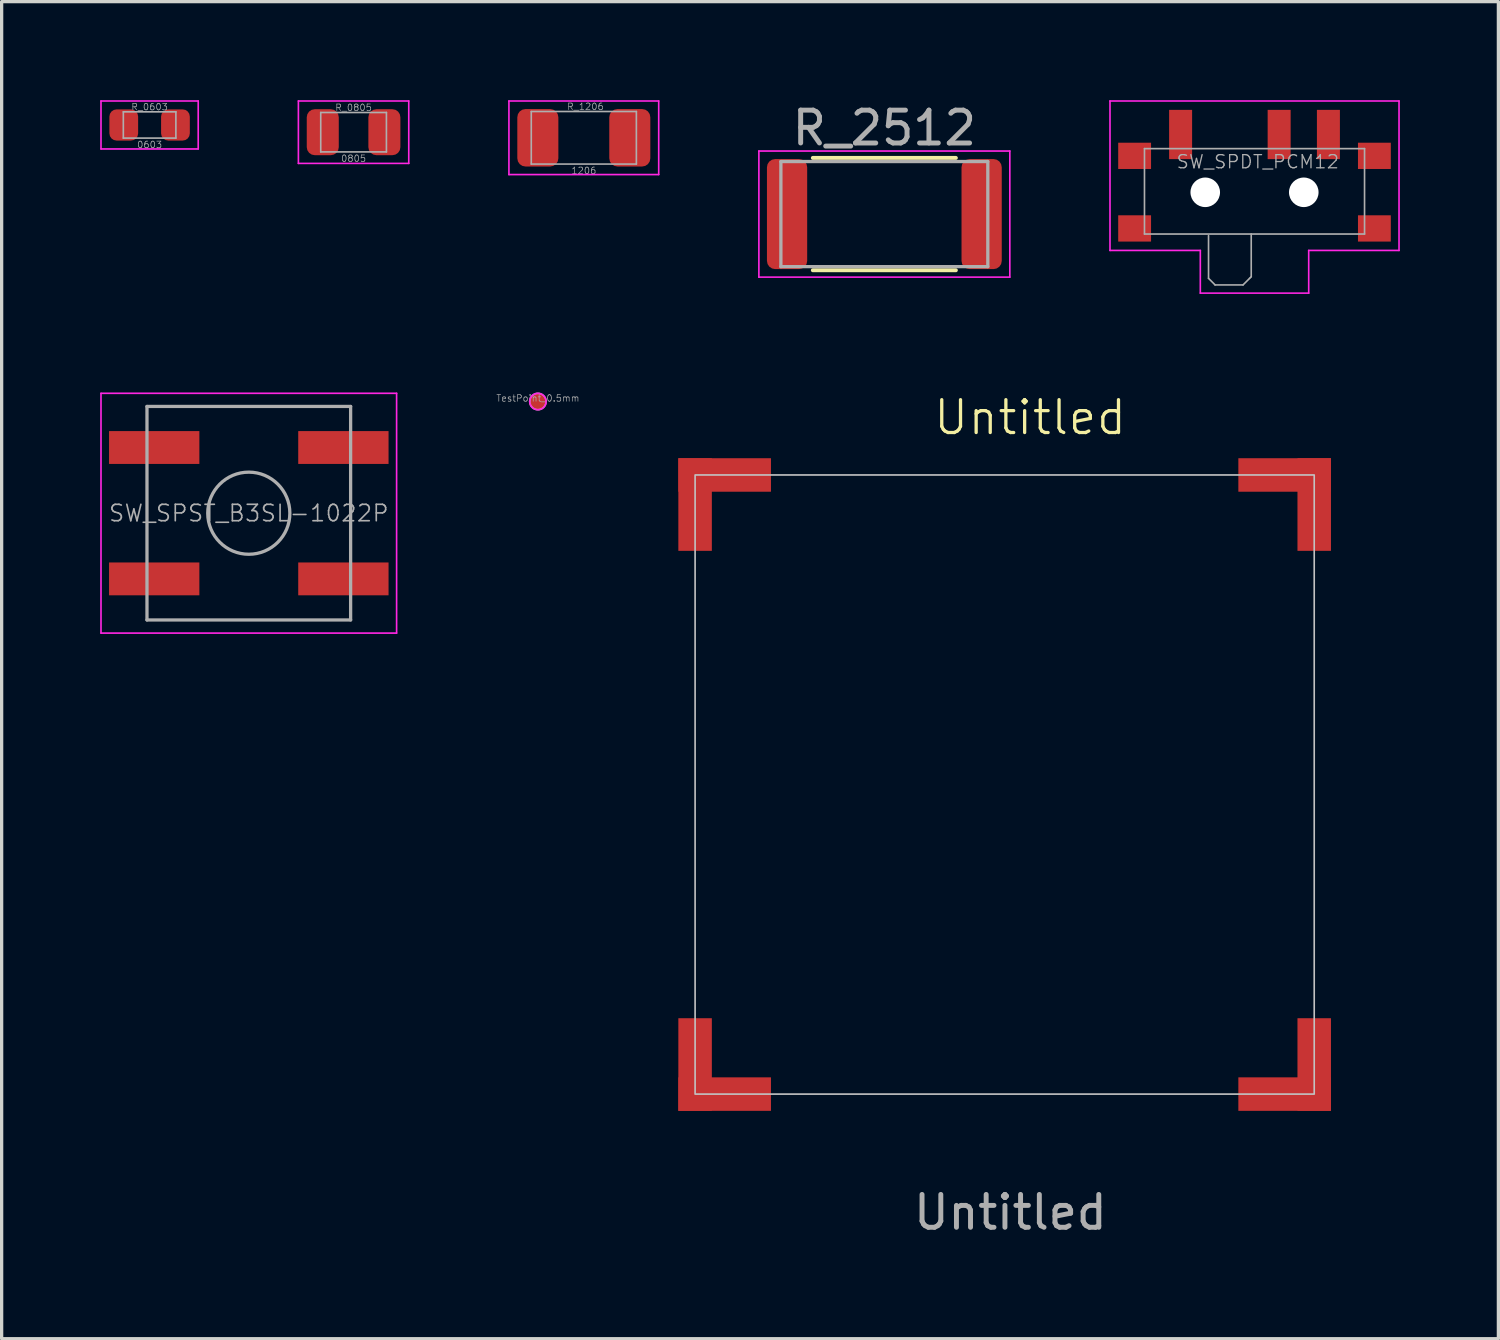
<source format=kicad_pcb>
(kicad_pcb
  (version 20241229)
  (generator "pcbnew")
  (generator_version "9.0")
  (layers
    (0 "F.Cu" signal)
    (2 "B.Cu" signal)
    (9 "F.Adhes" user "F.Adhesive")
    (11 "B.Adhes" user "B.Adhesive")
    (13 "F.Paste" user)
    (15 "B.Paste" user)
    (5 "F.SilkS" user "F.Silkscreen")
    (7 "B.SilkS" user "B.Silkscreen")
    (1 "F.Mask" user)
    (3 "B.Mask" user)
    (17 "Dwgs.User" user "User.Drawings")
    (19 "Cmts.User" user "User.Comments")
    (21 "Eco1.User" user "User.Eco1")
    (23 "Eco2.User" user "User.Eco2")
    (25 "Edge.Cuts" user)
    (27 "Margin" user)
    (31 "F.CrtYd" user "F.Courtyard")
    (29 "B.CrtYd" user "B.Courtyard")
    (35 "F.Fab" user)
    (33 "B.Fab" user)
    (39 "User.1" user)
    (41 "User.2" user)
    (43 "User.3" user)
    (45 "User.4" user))
  (footprint "R_0805"
    (layer "F.Cu")
    (at 7.715 0.975)
    (property "Reference" "R_0805" (at 0 -0.75 0) (layer "F.Fab") (effects (font (size 0.2 0.2) (thickness 0.02))))
    (attr smd)
    (fp_line (start -1.68 -0.95) (end 1.68 -0.95) (stroke (width 0.05) (type solid)) (layer "F.CrtYd"))
    (fp_line (start -1.68 0.95) (end -1.68 -0.95) (stroke (width 0.05) (type solid)) (layer "F.CrtYd"))
    (fp_line (start 1.68 -0.95) (end 1.68 0.95) (stroke (width 0.05) (type solid)) (layer "F.CrtYd"))
    (fp_line (start 1.68 0.95) (end -1.68 0.95) (stroke (width 0.05) (type solid)) (layer "F.CrtYd"))
    (fp_line (start -1 -0.6) (end 1 -0.6) (stroke (width 0.05) (type solid)) (layer "F.Fab"))
    (fp_line (start -1 0.6) (end -1 -0.6) (stroke (width 0.05) (type solid)) (layer "F.Fab"))
    (fp_line (start 1 -0.6) (end 1 0.6) (stroke (width 0.05) (type solid)) (layer "F.Fab"))
    (fp_line (start 1 0.6) (end -1 0.6) (stroke (width 0.05) (type solid)) (layer "F.Fab"))
    (fp_text user "0805" (at 0 0.8 0) (layer "F.Fab") (effects (font (size 0.2 0.2) (thickness 0.02))))
    (pad "1" smd roundrect (at -0.938 0) (size 0.975 1.4) (layers "F.Cu" "F.Mask" "F.Paste") (roundrect_rratio 0.25))
    (pad "2" smd roundrect (at 0.938 0) (size 0.975 1.4) (layers "F.Cu" "F.Mask" "F.Paste") (roundrect_rratio 0.25)))
  (footprint "R_2512"
    (layer "F.Cu")
    (at 23.875 3.468)
    (property "Reference" "R_2512" (at 0 -2.62 0) (layer "F.Fab") (effects (font (size 1 1) (thickness 0.15))))
    (attr smd)
    (fp_line (start -2.177 -1.71) (end 2.177 -1.71) (stroke (width 0.12) (type solid)) (layer "F.SilkS"))
    (fp_line (start -2.177 1.71) (end 2.177 1.71) (stroke (width 0.12) (type solid)) (layer "F.SilkS"))
    (fp_line (start -3.82 -1.92) (end 3.82 -1.92) (stroke (width 0.05) (type solid)) (layer "F.CrtYd"))
    (fp_line (start -3.82 1.92) (end -3.82 -1.92) (stroke (width 0.05) (type solid)) (layer "F.CrtYd"))
    (fp_line (start 3.82 -1.92) (end 3.82 1.92) (stroke (width 0.05) (type solid)) (layer "F.CrtYd"))
    (fp_line (start 3.82 1.92) (end -3.82 1.92) (stroke (width 0.05) (type solid)) (layer "F.CrtYd"))
    (fp_line (start -3.15 -1.6) (end 3.15 -1.6) (stroke (width 0.1) (type solid)) (layer "F.Fab"))
    (fp_line (start -3.15 1.6) (end -3.15 -1.6) (stroke (width 0.1) (type solid)) (layer "F.Fab"))
    (fp_line (start 3.15 -1.6) (end 3.15 1.6) (stroke (width 0.1) (type solid)) (layer "F.Fab"))
    (fp_line (start 3.15 1.6) (end -3.15 1.6) (stroke (width 0.1) (type solid)) (layer "F.Fab"))
    (pad "1" smd roundrect (at -2.962 0) (size 1.225 3.35) (layers "F.Cu" "F.Mask" "F.Paste") (roundrect_rratio 0.204))
    (pad "2" smd roundrect (at 2.962 0) (size 1.225 3.35) (layers "F.Cu" "F.Mask" "F.Paste") (roundrect_rratio 0.204)))
  (footprint "SW_SPST_B3SL-1022P"
    (layer "F.Cu")
    (at 4.525 12.575)
    (property "Reference" "SW_SPST_B3SL-1022P" (at 0 0 0) (layer "F.Fab") (effects (font (size 0.5 0.5) (thickness 0.05))))
    (attr smd)
    (fp_line (start -4.5 -3.65) (end -4.5 3.65) (stroke (width 0.05) (type solid)) (layer "F.CrtYd"))
    (fp_line (start -4.5 3.65) (end 4.5 3.65) (stroke (width 0.05) (type solid)) (layer "F.CrtYd"))
    (fp_line (start 4.5 -3.65) (end -4.5 -3.65) (stroke (width 0.05) (type solid)) (layer "F.CrtYd"))
    (fp_line (start 4.5 3.65) (end 4.5 -3.65) (stroke (width 0.05) (type solid)) (layer "F.CrtYd"))
    (fp_line (start -3.1 -3.25) (end 3.1 -3.25) (stroke (width 0.1) (type solid)) (layer "F.Fab"))
    (fp_line (start -3.1 3.25) (end -3.1 -3.25) (stroke (width 0.1) (type solid)) (layer "F.Fab"))
    (fp_line (start 3.1 -3.25) (end 3.1 3.25) (stroke (width 0.1) (type solid)) (layer "F.Fab"))
    (fp_line (start 3.1 3.25) (end -3.1 3.25) (stroke (width 0.1) (type solid)) (layer "F.Fab"))
    (fp_circle (center 0 0) (end 1.25 0) (stroke (width 0.1) (type solid)) (fill no) (layer "F.Fab"))
    (pad "1" smd rect (at -2.88 -2) (size 2.75 1) (layers "F.Cu" "F.Mask" "F.Paste"))
    (pad "1" smd rect (at 2.88 -2) (size 2.75 1) (layers "F.Cu" "F.Mask" "F.Paste"))
    (pad "2" smd rect (at -2.88 2) (size 2.75 1) (layers "F.Cu" "F.Mask" "F.Paste"))
    (pad "2" smd rect (at 2.88 2) (size 2.75 1) (layers "F.Cu" "F.Mask" "F.Paste")))
  (footprint "R_0603"
    (layer "F.Cu")
    (at 1.505 0.755)
    (property "Reference" "R_0603" (at 0 -0.55 0) (layer "F.Fab") (effects (font (size 0.2 0.2) (thickness 0.02))))
    (attr smd)
    (fp_line (start -1.48 -0.73) (end 1.48 -0.73) (stroke (width 0.05) (type solid)) (layer "F.CrtYd"))
    (fp_line (start -1.48 0.73) (end -1.48 -0.73) (stroke (width 0.05) (type solid)) (layer "F.CrtYd"))
    (fp_line (start 1.48 -0.73) (end 1.48 0.73) (stroke (width 0.05) (type solid)) (layer "F.CrtYd"))
    (fp_line (start 1.48 0.73) (end -1.48 0.73) (stroke (width 0.05) (type solid)) (layer "F.CrtYd"))
    (fp_line (start -0.8 -0.4) (end 0.8 -0.4) (stroke (width 0.05) (type solid)) (layer "F.Fab"))
    (fp_line (start -0.8 0.4) (end -0.8 -0.4) (stroke (width 0.05) (type solid)) (layer "F.Fab"))
    (fp_line (start 0.8 -0.4) (end 0.8 0.4) (stroke (width 0.05) (type solid)) (layer "F.Fab"))
    (fp_line (start 0.8 0.4) (end -0.8 0.4) (stroke (width 0.05) (type solid)) (layer "F.Fab"))
    (fp_text user "0603" (at 0 0.6 0) (layer "F.Fab") (effects (font (size 0.2 0.2) (thickness 0.02))))
    (pad "1" smd roundrect (at -0.787 0) (size 0.875 0.95) (layers "F.Cu" "F.Mask" "F.Paste") (roundrect_rratio 0.25))
    (pad "2" smd roundrect (at 0.787 0) (size 0.875 0.95) (layers "F.Cu" "F.Mask" "F.Paste") (roundrect_rratio 0.25)))
  (footprint "Untitled"
    (layer "F.Cu")
    (at 18.113 30.261)
    (property "Reference" "Untitled" (at 10.2 -20.6 0) (unlocked yes) (layer "F.SilkS") (effects (font (size 1 1) (thickness 0.1))))
    (attr through_hole)
    (fp_rect (start 0 -18.85) (end 18.85 0) (stroke (width 0.05) (type solid)) (fill no) (layer "Dwgs.User"))
    (fp_text user "${REFERENCE}" (at 9.6 3.6 0) (unlocked yes) (layer "F.Fab") (effects (font (size 1 1) (thickness 0.15))))
    (pad "1" smd rect (at 0 -17.95) (size 1.02 2.82) (layers "F.Cu" "F.Mask" "F.Paste"))
    (pad "1" smd rect (at 0 -0.9) (size 1.02 2.82) (layers "F.Cu" "F.Mask" "F.Paste"))
    (pad "1" smd rect (at 0.9 -18.85 270) (size 1.02 2.82) (layers "F.Cu" "F.Mask" "F.Paste"))
    (pad "1" smd rect (at 0.9 0 90) (size 1.02 2.82) (layers "F.Cu" "F.Mask" "F.Paste"))
    (pad "1" smd rect (at 17.95 -18.85 270) (size 1.02 2.82) (layers "F.Cu" "F.Mask" "F.Paste"))
    (pad "1" smd rect (at 17.95 0 90) (size 1.02 2.82) (layers "F.Cu" "F.Mask" "F.Paste"))
    (pad "1" smd rect (at 18.85 -17.95) (size 1.02 2.82) (layers "F.Cu" "F.Mask" "F.Paste"))
    (pad "1" smd rect (at 18.85 -0.9) (size 1.02 2.82) (layers "F.Cu" "F.Mask" "F.Paste")))
  (footprint "R_1206"
    (layer "F.Cu")
    (at 14.725 1.145)
    (property "Reference" "R_1206" (at 0.05 -0.95 0) (layer "F.Fab") (effects (font (size 0.2 0.2) (thickness 0.02))))
    (attr smd)
    (fp_line (start -2.28 -1.12) (end 2.28 -1.12) (stroke (width 0.05) (type solid)) (layer "F.CrtYd"))
    (fp_line (start -2.28 1.12) (end -2.28 -1.12) (stroke (width 0.05) (type solid)) (layer "F.CrtYd"))
    (fp_line (start 2.28 -1.12) (end 2.28 1.12) (stroke (width 0.05) (type solid)) (layer "F.CrtYd"))
    (fp_line (start 2.28 1.12) (end -2.28 1.12) (stroke (width 0.05) (type solid)) (layer "F.CrtYd"))
    (fp_line (start -1.6 -0.8) (end 1.6 -0.8) (stroke (width 0.05) (type solid)) (layer "F.Fab"))
    (fp_line (start -1.6 0.8) (end -1.6 -0.8) (stroke (width 0.05) (type solid)) (layer "F.Fab"))
    (fp_line (start 1.6 -0.8) (end 1.6 0.8) (stroke (width 0.05) (type solid)) (layer "F.Fab"))
    (fp_line (start 1.6 0.8) (end -1.6 0.8) (stroke (width 0.05) (type solid)) (layer "F.Fab"))
    (fp_text user "1206" (at 0 1 0) (layer "F.Fab") (effects (font (size 0.2 0.2) (thickness 0.02))))
    (pad "1" smd roundrect (at -1.4 0) (size 1.25 1.75) (layers "F.Cu" "F.Mask" "F.Paste") (roundrect_rratio 0.2))
    (pad "2" smd roundrect (at 1.4 0) (size 1.25 1.75) (layers "F.Cu" "F.Mask" "F.Paste") (roundrect_rratio 0.2)))
  (footprint "TestPoint_0.5mm"
    (layer "F.Cu")
    (at 13.327 9.175)
    (property "Reference" "TestPoint_0.5mm" (at 0 -0.1 0) (unlocked yes) (layer "F.Fab") (effects (font (size 0.2 0.2) (thickness 0.02))))
    (attr exclude_from_pos_files exclude_from_bom dnp)
    (fp_circle (center 0 0) (end 0.25 0) (stroke (width 0.05) (type solid)) (fill no) (layer "F.CrtYd"))
    (fp_circle (center 0 0) (end 0.25 0) (stroke (width 0.05) (type solid)) (fill no) (layer "F.Fab"))
    (pad "1" smd circle (at 0 0) (size 0.5 0.5) (layers "F.Cu" "F.Mask" "F.Paste")))
  (footprint "SW_SPDT_PCM12"
    (layer "F.Cu")
    (at 35.145 2.475)
    (property "Reference" "SW_SPDT_PCM12" (at 0.1 -0.6 0) (unlocked yes) (layer "F.Fab") (effects (font (size 0.4 0.4) (thickness 0.04))))
    (attr smd)
    (fp_line (start -4.4 -2.45) (end 4.4 -2.45) (stroke (width 0.05) (type solid)) (layer "F.CrtYd"))
    (fp_line (start -4.4 2.1) (end -4.4 -2.45) (stroke (width 0.05) (type solid)) (layer "F.CrtYd"))
    (fp_line (start -1.65 2.1) (end -4.4 2.1) (stroke (width 0.05) (type solid)) (layer "F.CrtYd"))
    (fp_line (start -1.65 3.4) (end -1.65 2.1) (stroke (width 0.05) (type solid)) (layer "F.CrtYd"))
    (fp_line (start 1.65 2.1) (end 1.65 3.4) (stroke (width 0.05) (type solid)) (layer "F.CrtYd"))
    (fp_line (start 1.65 3.4) (end -1.65 3.4) (stroke (width 0.05) (type solid)) (layer "F.CrtYd"))
    (fp_line (start 4.4 -2.45) (end 4.4 2.1) (stroke (width 0.05) (type solid)) (layer "F.CrtYd"))
    (fp_line (start 4.4 2.1) (end 1.65 2.1) (stroke (width 0.05) (type solid)) (layer "F.CrtYd"))
    (fp_line (start -3.35 -1) (end -3.35 1.6) (stroke (width 0.05) (type solid)) (layer "F.Fab"))
    (fp_line (start -3.35 1.6) (end 3.35 1.6) (stroke (width 0.05) (type solid)) (layer "F.Fab"))
    (fp_line (start -1.4 1.65) (end -1.4 2.95) (stroke (width 0.05) (type solid)) (layer "F.Fab"))
    (fp_line (start -1.4 2.95) (end -1.2 3.15) (stroke (width 0.05) (type solid)) (layer "F.Fab"))
    (fp_line (start -1.2 3.15) (end -0.35 3.15) (stroke (width 0.05) (type solid)) (layer "F.Fab"))
    (fp_line (start -0.35 3.15) (end -0.15 2.95) (stroke (width 0.05) (type solid)) (layer "F.Fab"))
    (fp_line (start -0.15 2.95) (end -0.1 2.9) (stroke (width 0.05) (type solid)) (layer "F.Fab"))
    (fp_line (start -0.1 2.9) (end -0.1 1.6) (stroke (width 0.05) (type solid)) (layer "F.Fab"))
    (fp_line (start 3.35 -1) (end -3.35 -1) (stroke (width 0.05) (type solid)) (layer "F.Fab"))
    (fp_line (start 3.35 1.6) (end 3.35 -1) (stroke (width 0.05) (type solid)) (layer "F.Fab"))
    (pad "" smd rect (at -3.65 -0.78) (size 1 0.8) (layers "F.Cu" "F.Mask" "F.Paste"))
    (pad "" smd rect (at -3.65 1.43) (size 1 0.8) (layers "F.Cu" "F.Mask" "F.Paste"))
    (pad "" np_thru_hole circle (at -1.5 0.33) (size 0.9 0.9) (drill 0.9) (layers "*.Cu" "*.Mask"))
    (pad "" np_thru_hole circle (at 1.5 0.33) (size 0.9 0.9) (drill 0.9) (layers "*.Cu" "*.Mask"))
    (pad "" smd rect (at 3.65 -0.78) (size 1 0.8) (layers "F.Cu" "F.Mask" "F.Paste"))
    (pad "" smd rect (at 3.65 1.43) (size 1 0.8) (layers "F.Cu" "F.Mask" "F.Paste"))
    (pad "1" smd rect (at -2.25 -1.43) (size 0.7 1.5) (layers "F.Cu" "F.Mask" "F.Paste"))
    (pad "2" smd rect (at 0.75 -1.43) (size 0.7 1.5) (layers "F.Cu" "F.Mask" "F.Paste"))
    (pad "3" smd rect (at 2.25 -1.43) (size 0.7 1.5) (layers "F.Cu" "F.Mask" "F.Paste")))
  (gr_rect
    (start -3 -3)
    (end 42.57 37.709)
    (stroke (width 0.1) (type default))
    (fill no)
    (layer "Edge.Cuts")))
</source>
